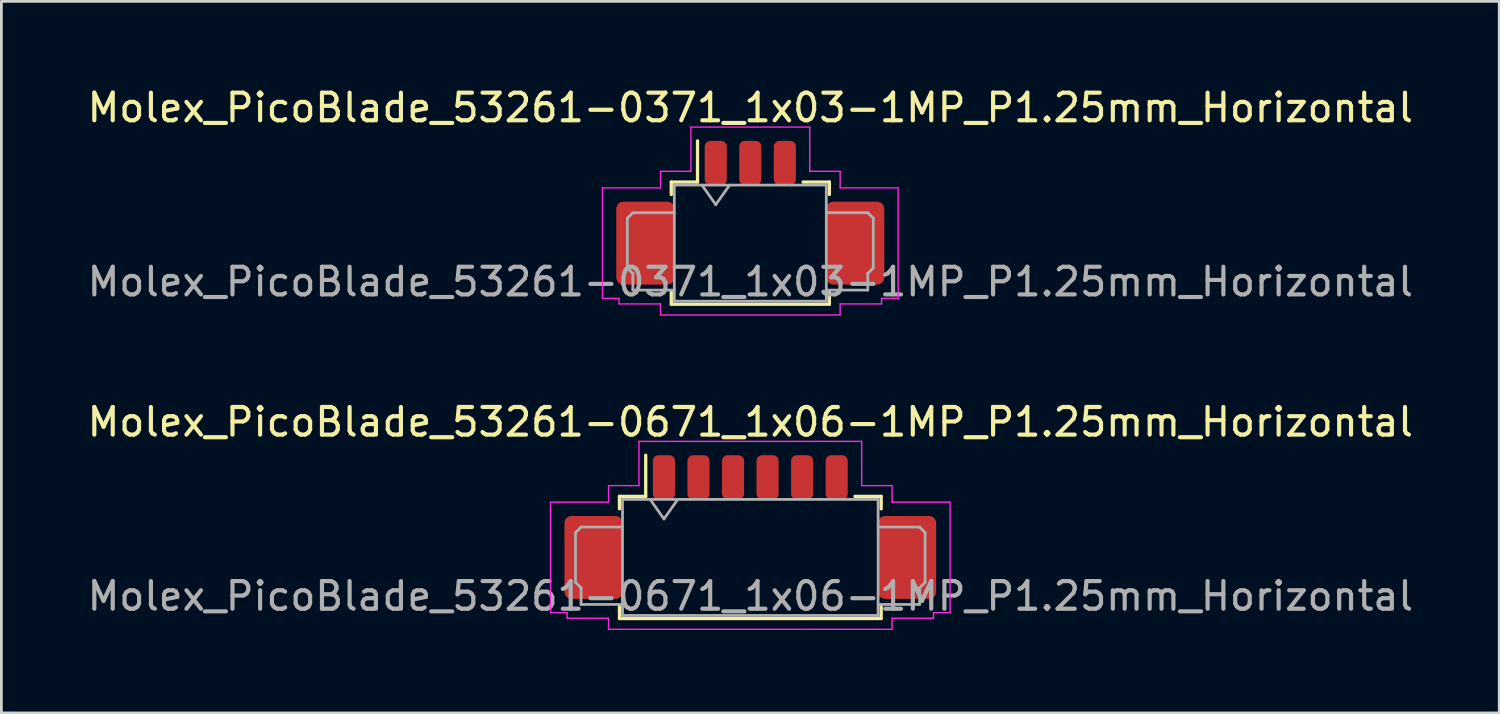
<source format=kicad_pcb>
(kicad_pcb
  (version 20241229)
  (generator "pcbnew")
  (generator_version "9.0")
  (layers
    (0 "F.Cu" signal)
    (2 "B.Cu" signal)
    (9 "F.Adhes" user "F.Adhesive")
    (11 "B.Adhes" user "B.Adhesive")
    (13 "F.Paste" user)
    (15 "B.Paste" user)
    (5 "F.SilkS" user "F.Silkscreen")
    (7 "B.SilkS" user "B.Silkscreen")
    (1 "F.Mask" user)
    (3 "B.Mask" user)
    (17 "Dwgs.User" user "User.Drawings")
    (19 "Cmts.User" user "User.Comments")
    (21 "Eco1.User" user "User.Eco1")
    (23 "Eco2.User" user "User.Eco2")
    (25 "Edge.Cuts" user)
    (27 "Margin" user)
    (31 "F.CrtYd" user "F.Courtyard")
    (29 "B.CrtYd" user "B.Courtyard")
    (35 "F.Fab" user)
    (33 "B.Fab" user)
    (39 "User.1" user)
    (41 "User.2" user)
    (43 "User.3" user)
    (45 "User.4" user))
  (footprint "Molex_PicoBlade_53261-0371_1x03-1MP_P1.25mm_Horizontal"
    (layer "F.Cu")
    (at 24.101 5.248)
    (property "Reference" "Molex_PicoBlade_53261-0371_1x03-1MP_P1.25mm_Horizontal" (at 0 -4.4 0) (layer "F.SilkS") (effects (font (size 1 1) (thickness 0.15))))
    (attr smd)
    (fp_line (start -2.86 -1.71) (end -1.91 -1.71) (stroke (width 0.12) (type solid)) (layer "F.SilkS"))
    (fp_line (start -2.86 -1.26) (end -2.86 -1.71) (stroke (width 0.12) (type solid)) (layer "F.SilkS"))
    (fp_line (start -2.86 2.26) (end -2.86 2.71) (stroke (width 0.12) (type solid)) (layer "F.SilkS"))
    (fp_line (start -2.86 2.71) (end 2.86 2.71) (stroke (width 0.12) (type solid)) (layer "F.SilkS"))
    (fp_line (start -1.91 -1.71) (end -1.91 -3.2) (stroke (width 0.12) (type solid)) (layer "F.SilkS"))
    (fp_line (start 2.86 -1.71) (end 1.91 -1.71) (stroke (width 0.12) (type solid)) (layer "F.SilkS"))
    (fp_line (start 2.86 -1.26) (end 2.86 -1.71) (stroke (width 0.12) (type solid)) (layer "F.SilkS"))
    (fp_line (start 2.86 2.71) (end 2.86 2.26) (stroke (width 0.12) (type solid)) (layer "F.SilkS"))
    (fp_line (start -5.35 -1.5) (end -3.25 -1.5) (stroke (width 0.05) (type solid)) (layer "F.CrtYd"))
    (fp_line (start -5.35 2.5) (end -5.35 -1.5) (stroke (width 0.05) (type solid)) (layer "F.CrtYd"))
    (fp_line (start -4.75 2.5) (end -5.35 2.5) (stroke (width 0.05) (type solid)) (layer "F.CrtYd"))
    (fp_line (start -4.75 2.7) (end -4.75 2.5) (stroke (width 0.05) (type solid)) (layer "F.CrtYd"))
    (fp_line (start -3.25 -2.1) (end -2.15 -2.1) (stroke (width 0.05) (type solid)) (layer "F.CrtYd"))
    (fp_line (start -3.25 -1.5) (end -3.25 -2.1) (stroke (width 0.05) (type solid)) (layer "F.CrtYd"))
    (fp_line (start -3.25 2.7) (end -4.75 2.7) (stroke (width 0.05) (type solid)) (layer "F.CrtYd"))
    (fp_line (start -3.25 3.1) (end -3.25 2.7) (stroke (width 0.05) (type solid)) (layer "F.CrtYd"))
    (fp_line (start -2.15 -3.7) (end 2.15 -3.7) (stroke (width 0.05) (type solid)) (layer "F.CrtYd"))
    (fp_line (start -2.15 -2.1) (end -2.15 -3.7) (stroke (width 0.05) (type solid)) (layer "F.CrtYd"))
    (fp_line (start 2.15 -3.7) (end 2.15 -2.1) (stroke (width 0.05) (type solid)) (layer "F.CrtYd"))
    (fp_line (start 2.15 -2.1) (end 3.25 -2.1) (stroke (width 0.05) (type solid)) (layer "F.CrtYd"))
    (fp_line (start 3.25 -2.1) (end 3.25 -1.5) (stroke (width 0.05) (type solid)) (layer "F.CrtYd"))
    (fp_line (start 3.25 -1.5) (end 5.35 -1.5) (stroke (width 0.05) (type solid)) (layer "F.CrtYd"))
    (fp_line (start 3.25 2.7) (end 3.25 3.1) (stroke (width 0.05) (type solid)) (layer "F.CrtYd"))
    (fp_line (start 3.25 3.1) (end -3.25 3.1) (stroke (width 0.05) (type solid)) (layer "F.CrtYd"))
    (fp_line (start 4.75 2.5) (end 4.75 2.7) (stroke (width 0.05) (type solid)) (layer "F.CrtYd"))
    (fp_line (start 4.75 2.7) (end 3.25 2.7) (stroke (width 0.05) (type solid)) (layer "F.CrtYd"))
    (fp_line (start 5.35 -1.5) (end 5.35 2.5) (stroke (width 0.05) (type solid)) (layer "F.CrtYd"))
    (fp_line (start 5.35 2.5) (end 4.75 2.5) (stroke (width 0.05) (type solid)) (layer "F.CrtYd"))
    (fp_line (start -4.45 -0.4) (end -4.45 1.4) (stroke (width 0.1) (type solid)) (layer "F.Fab"))
    (fp_line (start -4.45 1.4) (end -4.25 1.6) (stroke (width 0.1) (type solid)) (layer "F.Fab"))
    (fp_line (start -4.25 -0.6) (end -4.45 -0.4) (stroke (width 0.1) (type solid)) (layer "F.Fab"))
    (fp_line (start -4.25 1.6) (end -4.25 2.2) (stroke (width 0.1) (type solid)) (layer "F.Fab"))
    (fp_line (start -4.25 2.2) (end -2.75 2.2) (stroke (width 0.1) (type solid)) (layer "F.Fab"))
    (fp_line (start -2.75 -1.6) (end -2.75 2.6) (stroke (width 0.1) (type solid)) (layer "F.Fab"))
    (fp_line (start -2.75 -1.6) (end 2.75 -1.6) (stroke (width 0.1) (type solid)) (layer "F.Fab"))
    (fp_line (start -2.75 -0.6) (end -4.25 -0.6) (stroke (width 0.1) (type solid)) (layer "F.Fab"))
    (fp_line (start -2.75 2.6) (end 2.75 2.6) (stroke (width 0.1) (type solid)) (layer "F.Fab"))
    (fp_line (start -1.75 -1.6) (end -1.25 -0.893) (stroke (width 0.1) (type solid)) (layer "F.Fab"))
    (fp_line (start -1.25 -0.893) (end -0.75 -1.6) (stroke (width 0.1) (type solid)) (layer "F.Fab"))
    (fp_line (start 2.75 -1.6) (end 2.75 2.6) (stroke (width 0.1) (type solid)) (layer "F.Fab"))
    (fp_line (start 2.75 -0.6) (end 4.25 -0.6) (stroke (width 0.1) (type solid)) (layer "F.Fab"))
    (fp_line (start 4.25 -0.6) (end 4.45 -0.4) (stroke (width 0.1) (type solid)) (layer "F.Fab"))
    (fp_line (start 4.25 1.6) (end 4.25 2.2) (stroke (width 0.1) (type solid)) (layer "F.Fab"))
    (fp_line (start 4.25 2.2) (end 2.75 2.2) (stroke (width 0.1) (type solid)) (layer "F.Fab"))
    (fp_line (start 4.45 -0.4) (end 4.45 1.4) (stroke (width 0.1) (type solid)) (layer "F.Fab"))
    (fp_line (start 4.45 1.4) (end 4.25 1.6) (stroke (width 0.1) (type solid)) (layer "F.Fab"))
    (fp_text user "${REFERENCE}" (at 0 1.9 0) (layer "F.Fab") (effects (font (size 1 1) (thickness 0.15))))
    (pad "1" smd roundrect (at -1.25 -2.4) (size 0.8 1.6) (layers "F.Cu" "F.Mask" "F.Paste") (roundrect_rratio 0.25))
    (pad "2" smd roundrect (at 0 -2.4) (size 0.8 1.6) (layers "F.Cu" "F.Mask" "F.Paste") (roundrect_rratio 0.25))
    (pad "3" smd roundrect (at 1.25 -2.4) (size 0.8 1.6) (layers "F.Cu" "F.Mask" "F.Paste") (roundrect_rratio 0.25))
    (pad "MP" smd roundrect (at -3.8 0.5) (size 2.1 3) (layers "F.Cu" "F.Mask" "F.Paste") (roundrect_rratio 0.119))
    (pad "MP" smd roundrect (at 3.8 0.5) (size 2.1 3) (layers "F.Cu" "F.Mask" "F.Paste") (roundrect_rratio 0.119)))
  (footprint "Molex_PicoBlade_53261-0671_1x06-1MP_P1.25mm_Horizontal"
    (layer "F.Cu")
    (at 24.101 16.622)
    (property "Reference" "Molex_PicoBlade_53261-0671_1x06-1MP_P1.25mm_Horizontal" (at 0 -4.4 0) (layer "F.SilkS") (effects (font (size 1 1) (thickness 0.15))))
    (attr smd)
    (fp_line (start -4.735 -1.71) (end -3.785 -1.71) (stroke (width 0.12) (type solid)) (layer "F.SilkS"))
    (fp_line (start -4.735 -1.26) (end -4.735 -1.71) (stroke (width 0.12) (type solid)) (layer "F.SilkS"))
    (fp_line (start -4.735 2.26) (end -4.735 2.71) (stroke (width 0.12) (type solid)) (layer "F.SilkS"))
    (fp_line (start -4.735 2.71) (end 4.735 2.71) (stroke (width 0.12) (type solid)) (layer "F.SilkS"))
    (fp_line (start -3.785 -1.71) (end -3.785 -3.2) (stroke (width 0.12) (type solid)) (layer "F.SilkS"))
    (fp_line (start 4.735 -1.71) (end 3.785 -1.71) (stroke (width 0.12) (type solid)) (layer "F.SilkS"))
    (fp_line (start 4.735 -1.26) (end 4.735 -1.71) (stroke (width 0.12) (type solid)) (layer "F.SilkS"))
    (fp_line (start 4.735 2.71) (end 4.735 2.26) (stroke (width 0.12) (type solid)) (layer "F.SilkS"))
    (fp_line (start -7.23 -1.5) (end -5.13 -1.5) (stroke (width 0.05) (type solid)) (layer "F.CrtYd"))
    (fp_line (start -7.23 2.5) (end -7.23 -1.5) (stroke (width 0.05) (type solid)) (layer "F.CrtYd"))
    (fp_line (start -6.63 2.5) (end -7.23 2.5) (stroke (width 0.05) (type solid)) (layer "F.CrtYd"))
    (fp_line (start -6.63 2.7) (end -6.63 2.5) (stroke (width 0.05) (type solid)) (layer "F.CrtYd"))
    (fp_line (start -5.13 -2.1) (end -4.03 -2.1) (stroke (width 0.05) (type solid)) (layer "F.CrtYd"))
    (fp_line (start -5.13 -1.5) (end -5.13 -2.1) (stroke (width 0.05) (type solid)) (layer "F.CrtYd"))
    (fp_line (start -5.13 2.7) (end -6.63 2.7) (stroke (width 0.05) (type solid)) (layer "F.CrtYd"))
    (fp_line (start -5.13 3.1) (end -5.13 2.7) (stroke (width 0.05) (type solid)) (layer "F.CrtYd"))
    (fp_line (start -4.03 -3.7) (end 4.03 -3.7) (stroke (width 0.05) (type solid)) (layer "F.CrtYd"))
    (fp_line (start -4.03 -2.1) (end -4.03 -3.7) (stroke (width 0.05) (type solid)) (layer "F.CrtYd"))
    (fp_line (start 4.03 -3.7) (end 4.03 -2.1) (stroke (width 0.05) (type solid)) (layer "F.CrtYd"))
    (fp_line (start 4.03 -2.1) (end 5.13 -2.1) (stroke (width 0.05) (type solid)) (layer "F.CrtYd"))
    (fp_line (start 5.13 -2.1) (end 5.13 -1.5) (stroke (width 0.05) (type solid)) (layer "F.CrtYd"))
    (fp_line (start 5.13 -1.5) (end 7.23 -1.5) (stroke (width 0.05) (type solid)) (layer "F.CrtYd"))
    (fp_line (start 5.13 2.7) (end 5.13 3.1) (stroke (width 0.05) (type solid)) (layer "F.CrtYd"))
    (fp_line (start 5.13 3.1) (end -5.13 3.1) (stroke (width 0.05) (type solid)) (layer "F.CrtYd"))
    (fp_line (start 6.63 2.5) (end 6.63 2.7) (stroke (width 0.05) (type solid)) (layer "F.CrtYd"))
    (fp_line (start 6.63 2.7) (end 5.13 2.7) (stroke (width 0.05) (type solid)) (layer "F.CrtYd"))
    (fp_line (start 7.23 -1.5) (end 7.23 2.5) (stroke (width 0.05) (type solid)) (layer "F.CrtYd"))
    (fp_line (start 7.23 2.5) (end 6.63 2.5) (stroke (width 0.05) (type solid)) (layer "F.CrtYd"))
    (fp_line (start -6.325 -0.4) (end -6.325 1.4) (stroke (width 0.1) (type solid)) (layer "F.Fab"))
    (fp_line (start -6.325 1.4) (end -6.125 1.6) (stroke (width 0.1) (type solid)) (layer "F.Fab"))
    (fp_line (start -6.125 -0.6) (end -6.325 -0.4) (stroke (width 0.1) (type solid)) (layer "F.Fab"))
    (fp_line (start -6.125 1.6) (end -6.125 2.2) (stroke (width 0.1) (type solid)) (layer "F.Fab"))
    (fp_line (start -6.125 2.2) (end -4.625 2.2) (stroke (width 0.1) (type solid)) (layer "F.Fab"))
    (fp_line (start -4.625 -1.6) (end -4.625 2.6) (stroke (width 0.1) (type solid)) (layer "F.Fab"))
    (fp_line (start -4.625 -1.6) (end 4.625 -1.6) (stroke (width 0.1) (type solid)) (layer "F.Fab"))
    (fp_line (start -4.625 -0.6) (end -6.125 -0.6) (stroke (width 0.1) (type solid)) (layer "F.Fab"))
    (fp_line (start -4.625 2.6) (end 4.625 2.6) (stroke (width 0.1) (type solid)) (layer "F.Fab"))
    (fp_line (start -3.625 -1.6) (end -3.125 -0.893) (stroke (width 0.1) (type solid)) (layer "F.Fab"))
    (fp_line (start -3.125 -0.893) (end -2.625 -1.6) (stroke (width 0.1) (type solid)) (layer "F.Fab"))
    (fp_line (start 4.625 -1.6) (end 4.625 2.6) (stroke (width 0.1) (type solid)) (layer "F.Fab"))
    (fp_line (start 4.625 -0.6) (end 6.125 -0.6) (stroke (width 0.1) (type solid)) (layer "F.Fab"))
    (fp_line (start 6.125 -0.6) (end 6.325 -0.4) (stroke (width 0.1) (type solid)) (layer "F.Fab"))
    (fp_line (start 6.125 1.6) (end 6.125 2.2) (stroke (width 0.1) (type solid)) (layer "F.Fab"))
    (fp_line (start 6.125 2.2) (end 4.625 2.2) (stroke (width 0.1) (type solid)) (layer "F.Fab"))
    (fp_line (start 6.325 -0.4) (end 6.325 1.4) (stroke (width 0.1) (type solid)) (layer "F.Fab"))
    (fp_line (start 6.325 1.4) (end 6.125 1.6) (stroke (width 0.1) (type solid)) (layer "F.Fab"))
    (fp_text user "${REFERENCE}" (at 0 1.9 0) (layer "F.Fab") (effects (font (size 1 1) (thickness 0.15))))
    (pad "1" smd roundrect (at -3.125 -2.4) (size 0.8 1.6) (layers "F.Cu" "F.Mask" "F.Paste") (roundrect_rratio 0.25))
    (pad "2" smd roundrect (at -1.875 -2.4) (size 0.8 1.6) (layers "F.Cu" "F.Mask" "F.Paste") (roundrect_rratio 0.25))
    (pad "3" smd roundrect (at -0.625 -2.4) (size 0.8 1.6) (layers "F.Cu" "F.Mask" "F.Paste") (roundrect_rratio 0.25))
    (pad "4" smd roundrect (at 0.625 -2.4) (size 0.8 1.6) (layers "F.Cu" "F.Mask" "F.Paste") (roundrect_rratio 0.25))
    (pad "5" smd roundrect (at 1.875 -2.4) (size 0.8 1.6) (layers "F.Cu" "F.Mask" "F.Paste") (roundrect_rratio 0.25))
    (pad "6" smd roundrect (at 3.125 -2.4) (size 0.8 1.6) (layers "F.Cu" "F.Mask" "F.Paste") (roundrect_rratio 0.25))
    (pad "MP" smd roundrect (at -5.675 0.5) (size 2.1 3) (layers "F.Cu" "F.Mask" "F.Paste") (roundrect_rratio 0.119))
    (pad "MP" smd roundrect (at 5.675 0.5) (size 2.1 3) (layers "F.Cu" "F.Mask" "F.Paste") (roundrect_rratio 0.119)))
  (gr_rect
    (start -3 -3)
    (end 51.202 22.747)
    (stroke (width 0.1) (type default))
    (fill no)
    (layer "Edge.Cuts")))
</source>
